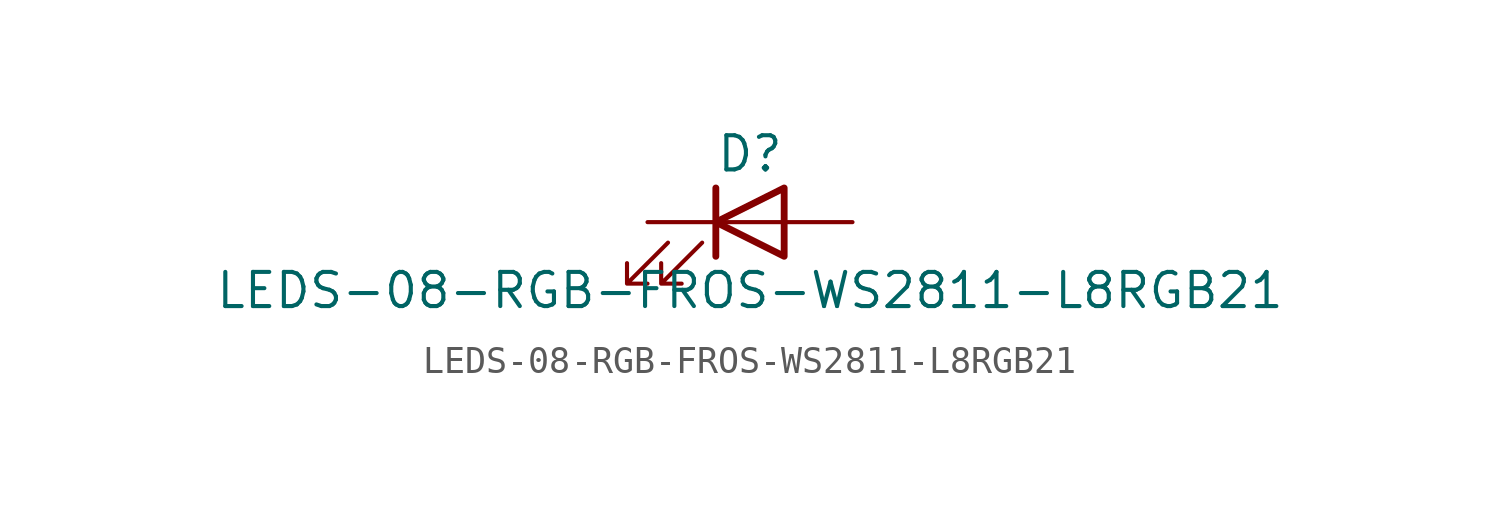
<source format=kicad_sym>
(kicad_symbol_lib
  (version 20211014)
  (generator kicad_symbol_editor)
  (symbol "LEDS-08-RGB-FROS-WS2811-L8RGB21"
    (pin_numbers hide)
    (pin_names
      (offset 1.016) hide)
    (property "Reference" "D"
      (at 0 2.54 0)
      (effects (font (size 1.27 1.27))))
    (property "Value" "LEDS-08-RGB-FROS-WS2811-L8RGB21"
      (at 0 -2.54 0)
      (effects (font (size 1.27 1.27))))
    (symbol "LEDS-08-RGB-FROS-WS2811-L8RGB21_0_1"
      (polyline (pts (xy -1.27 -1.27) (xy -1.27 1.27)) (stroke (width 0.254) (type default) (color 0 0 0 0)) (fill (type none)))
      (polyline (pts (xy -1.27 0) (xy 1.27 0)) (stroke (width 0) (type default) (color 0 0 0 0)) (fill (type none)))
      (polyline (pts (xy 1.27 -1.27) (xy 1.27 1.27) (xy -1.27 0) (xy 1.27 -1.27)) (stroke (width 0.254) (type default) (color 0 0 0 0)) (fill (type none)))
      (polyline (pts (xy -3.048 -0.762) (xy -4.572 -2.286) (xy -3.81 -2.286) (xy -4.572 -2.286) (xy -4.572 -1.524)) (stroke (width 0) (type default) (color 0 0 0 0)) (fill (type none)))
      (polyline (pts (xy -1.778 -0.762) (xy -3.302 -2.286) (xy -2.54 -2.286) (xy -3.302 -2.286) (xy -3.302 -1.524)) (stroke (width 0) (type default) (color 0 0 0 0)) (fill (type none))))
    (symbol "LEDS-08-RGB-FROS-WS2811-L8RGB21_1_1"
      (pin passive line (at -3.81 0 0) (length 2.54) (name "K" (effects (font (size 1.27 1.27)))) (number "1" (effects (font (size 1.27 1.27)))))
      (pin passive line (at 3.81 0 180) (length 2.54) (name "A" (effects (font (size 1.27 1.27)))) (number "2" (effects (font (size 1.27 1.27))))))))
</source>
